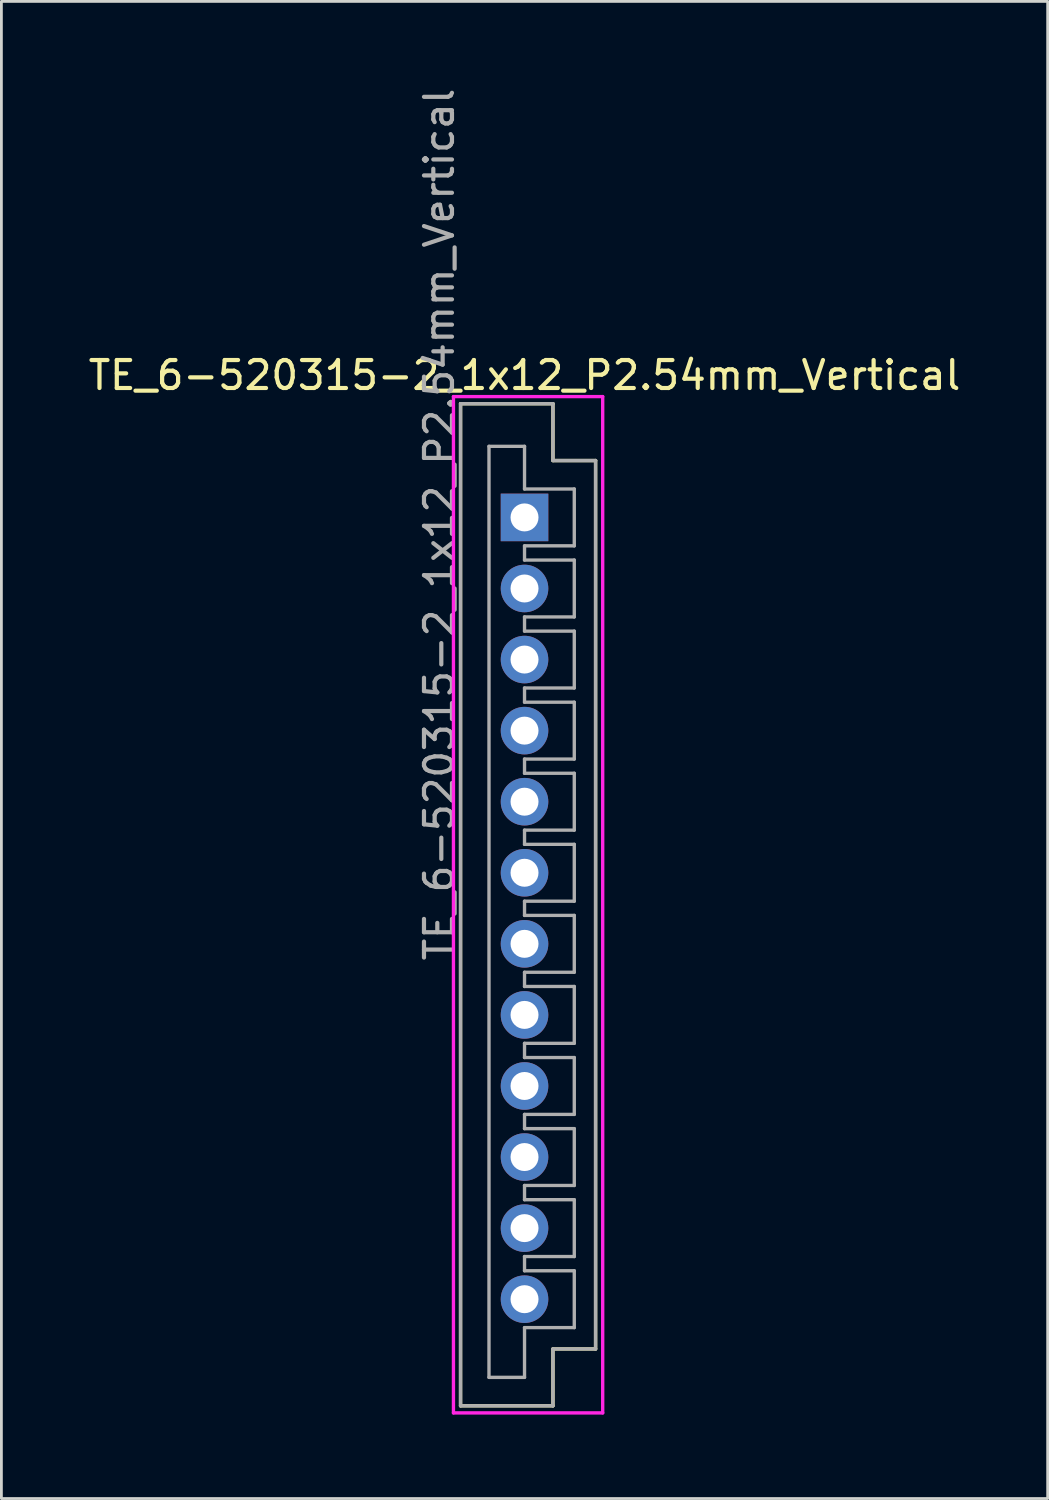
<source format=kicad_pcb>
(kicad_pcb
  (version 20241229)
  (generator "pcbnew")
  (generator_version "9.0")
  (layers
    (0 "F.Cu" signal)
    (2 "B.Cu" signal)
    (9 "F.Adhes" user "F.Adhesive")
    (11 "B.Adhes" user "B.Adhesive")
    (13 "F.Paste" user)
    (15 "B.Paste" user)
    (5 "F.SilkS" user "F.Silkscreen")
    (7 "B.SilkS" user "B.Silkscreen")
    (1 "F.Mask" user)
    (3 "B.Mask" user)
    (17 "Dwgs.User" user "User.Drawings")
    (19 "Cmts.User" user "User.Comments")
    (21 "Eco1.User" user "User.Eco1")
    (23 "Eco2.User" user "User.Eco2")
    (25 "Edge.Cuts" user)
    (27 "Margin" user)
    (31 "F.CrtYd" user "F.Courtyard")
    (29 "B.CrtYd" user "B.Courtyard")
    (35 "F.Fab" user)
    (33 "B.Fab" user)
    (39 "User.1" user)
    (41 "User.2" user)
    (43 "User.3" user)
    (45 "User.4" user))
  (footprint "TE_6-520315-2_1x12_P2.54mm_Vertical"
    (layer "F.Cu")
    (at 15.696 15.442)
    (property "Reference" "TE_6-520315-2_1x12_P2.54mm_Vertical" (at 0 -5.08 0) (layer "F.SilkS") (effects (font (size 1 1) (thickness 0.15))))
    (attr through_hole)
    (fp_line (start -2.286 -4.064) (end 1.016 -4.064) (stroke (width 0.12) (type solid)) (layer "F.SilkS"))
    (fp_line (start -2.286 31.75) (end -2.286 -4.064) (stroke (width 0.12) (type solid)) (layer "F.SilkS"))
    (fp_line (start 1.016 -4.064) (end 1.016 -2.032) (stroke (width 0.12) (type solid)) (layer "F.SilkS"))
    (fp_line (start 1.016 -2.032) (end 2.54 -2.032) (stroke (width 0.12) (type solid)) (layer "F.SilkS"))
    (fp_line (start 1.016 29.718) (end 1.016 31.75) (stroke (width 0.12) (type solid)) (layer "F.SilkS"))
    (fp_line (start 1.016 31.75) (end -2.286 31.75) (stroke (width 0.12) (type solid)) (layer "F.SilkS"))
    (fp_line (start 2.54 -2.032) (end 2.54 29.718) (stroke (width 0.12) (type solid)) (layer "F.SilkS"))
    (fp_line (start 2.54 29.718) (end 1.016 29.718) (stroke (width 0.12) (type solid)) (layer "F.SilkS"))
    (fp_line (start -2.54 -4.318) (end 2.794 -4.318) (stroke (width 0.12) (type solid)) (layer "F.CrtYd"))
    (fp_line (start -2.54 32.004) (end -2.54 -4.318) (stroke (width 0.12) (type solid)) (layer "F.CrtYd"))
    (fp_line (start 2.794 -4.318) (end 2.794 32.004) (stroke (width 0.12) (type solid)) (layer "F.CrtYd"))
    (fp_line (start 2.794 32.004) (end -2.54 32.004) (stroke (width 0.12) (type solid)) (layer "F.CrtYd"))
    (fp_line (start -2.286 -4.064) (end 1.016 -4.064) (stroke (width 0.12) (type solid)) (layer "F.Fab"))
    (fp_line (start -2.286 31.75) (end -2.286 -4.064) (stroke (width 0.12) (type solid)) (layer "F.Fab"))
    (fp_line (start -1.27 -2.54) (end 0 -2.54) (stroke (width 0.12) (type solid)) (layer "F.Fab"))
    (fp_line (start -1.27 30.734) (end -1.27 -2.54) (stroke (width 0.12) (type solid)) (layer "F.Fab"))
    (fp_line (start 0 -1.016) (end 0 -2.54) (stroke (width 0.12) (type solid)) (layer "F.Fab"))
    (fp_line (start 0 -1.016) (end 1.778 -1.016) (stroke (width 0.12) (type solid)) (layer "F.Fab"))
    (fp_line (start 0 1.016) (end 0 1.524) (stroke (width 0.12) (type solid)) (layer "F.Fab"))
    (fp_line (start 0 1.524) (end 1.778 1.524) (stroke (width 0.12) (type solid)) (layer "F.Fab"))
    (fp_line (start 0 3.556) (end 0 4.064) (stroke (width 0.12) (type solid)) (layer "F.Fab"))
    (fp_line (start 0 4.064) (end 1.778 4.064) (stroke (width 0.12) (type solid)) (layer "F.Fab"))
    (fp_line (start 0 6.096) (end 0 6.604) (stroke (width 0.12) (type solid)) (layer "F.Fab"))
    (fp_line (start 0 6.604) (end 1.778 6.604) (stroke (width 0.12) (type solid)) (layer "F.Fab"))
    (fp_line (start 0 8.636) (end 0 9.144) (stroke (width 0.12) (type solid)) (layer "F.Fab"))
    (fp_line (start 0 9.144) (end 1.778 9.144) (stroke (width 0.12) (type solid)) (layer "F.Fab"))
    (fp_line (start 0 11.176) (end 0 11.684) (stroke (width 0.12) (type solid)) (layer "F.Fab"))
    (fp_line (start 0 11.684) (end 1.778 11.684) (stroke (width 0.12) (type solid)) (layer "F.Fab"))
    (fp_line (start 0 13.716) (end 0 14.224) (stroke (width 0.12) (type solid)) (layer "F.Fab"))
    (fp_line (start 0 14.224) (end 1.778 14.224) (stroke (width 0.12) (type solid)) (layer "F.Fab"))
    (fp_line (start 0 16.256) (end 0 16.764) (stroke (width 0.12) (type solid)) (layer "F.Fab"))
    (fp_line (start 0 16.764) (end 1.778 16.764) (stroke (width 0.12) (type solid)) (layer "F.Fab"))
    (fp_line (start 0 18.796) (end 0 19.304) (stroke (width 0.12) (type solid)) (layer "F.Fab"))
    (fp_line (start 0 19.304) (end 1.778 19.304) (stroke (width 0.12) (type solid)) (layer "F.Fab"))
    (fp_line (start 0 21.336) (end 0 21.844) (stroke (width 0.12) (type solid)) (layer "F.Fab"))
    (fp_line (start 0 21.844) (end 1.778 21.844) (stroke (width 0.12) (type solid)) (layer "F.Fab"))
    (fp_line (start 0 23.876) (end 0 24.384) (stroke (width 0.12) (type solid)) (layer "F.Fab"))
    (fp_line (start 0 24.384) (end 1.778 24.384) (stroke (width 0.12) (type solid)) (layer "F.Fab"))
    (fp_line (start 0 26.416) (end 0 26.924) (stroke (width 0.12) (type solid)) (layer "F.Fab"))
    (fp_line (start 0 26.924) (end 1.778 26.924) (stroke (width 0.12) (type solid)) (layer "F.Fab"))
    (fp_line (start 0 30.734) (end -1.27 30.734) (stroke (width 0.12) (type solid)) (layer "F.Fab"))
    (fp_line (start 0 30.734) (end 0 28.956) (stroke (width 0.12) (type solid)) (layer "F.Fab"))
    (fp_line (start 1.016 -4.064) (end 1.016 -2.032) (stroke (width 0.12) (type solid)) (layer "F.Fab"))
    (fp_line (start 1.016 -2.032) (end 2.54 -2.032) (stroke (width 0.12) (type solid)) (layer "F.Fab"))
    (fp_line (start 1.016 29.718) (end 1.016 31.75) (stroke (width 0.12) (type solid)) (layer "F.Fab"))
    (fp_line (start 1.016 31.75) (end -2.286 31.75) (stroke (width 0.12) (type solid)) (layer "F.Fab"))
    (fp_line (start 1.778 -1.016) (end 1.778 1.016) (stroke (width 0.12) (type solid)) (layer "F.Fab"))
    (fp_line (start 1.778 1.016) (end 0 1.016) (stroke (width 0.12) (type solid)) (layer "F.Fab"))
    (fp_line (start 1.778 1.524) (end 1.778 3.556) (stroke (width 0.12) (type solid)) (layer "F.Fab"))
    (fp_line (start 1.778 3.556) (end 0 3.556) (stroke (width 0.12) (type solid)) (layer "F.Fab"))
    (fp_line (start 1.778 4.064) (end 1.778 6.096) (stroke (width 0.12) (type solid)) (layer "F.Fab"))
    (fp_line (start 1.778 6.096) (end 0 6.096) (stroke (width 0.12) (type solid)) (layer "F.Fab"))
    (fp_line (start 1.778 6.604) (end 1.778 8.636) (stroke (width 0.12) (type solid)) (layer "F.Fab"))
    (fp_line (start 1.778 8.636) (end 0 8.636) (stroke (width 0.12) (type solid)) (layer "F.Fab"))
    (fp_line (start 1.778 9.144) (end 1.778 11.176) (stroke (width 0.12) (type solid)) (layer "F.Fab"))
    (fp_line (start 1.778 11.176) (end 0 11.176) (stroke (width 0.12) (type solid)) (layer "F.Fab"))
    (fp_line (start 1.778 11.684) (end 1.778 13.716) (stroke (width 0.12) (type solid)) (layer "F.Fab"))
    (fp_line (start 1.778 13.716) (end 0 13.716) (stroke (width 0.12) (type solid)) (layer "F.Fab"))
    (fp_line (start 1.778 14.224) (end 1.778 16.256) (stroke (width 0.12) (type solid)) (layer "F.Fab"))
    (fp_line (start 1.778 16.256) (end 0 16.256) (stroke (width 0.12) (type solid)) (layer "F.Fab"))
    (fp_line (start 1.778 16.764) (end 1.778 18.796) (stroke (width 0.12) (type solid)) (layer "F.Fab"))
    (fp_line (start 1.778 18.796) (end 0 18.796) (stroke (width 0.12) (type solid)) (layer "F.Fab"))
    (fp_line (start 1.778 19.304) (end 1.778 21.336) (stroke (width 0.12) (type solid)) (layer "F.Fab"))
    (fp_line (start 1.778 21.336) (end 0 21.336) (stroke (width 0.12) (type solid)) (layer "F.Fab"))
    (fp_line (start 1.778 21.844) (end 1.778 23.876) (stroke (width 0.12) (type solid)) (layer "F.Fab"))
    (fp_line (start 1.778 23.876) (end 0 23.876) (stroke (width 0.12) (type solid)) (layer "F.Fab"))
    (fp_line (start 1.778 24.384) (end 1.778 26.416) (stroke (width 0.12) (type solid)) (layer "F.Fab"))
    (fp_line (start 1.778 26.416) (end 0 26.416) (stroke (width 0.12) (type solid)) (layer "F.Fab"))
    (fp_line (start 1.778 26.924) (end 1.778 28.956) (stroke (width 0.12) (type solid)) (layer "F.Fab"))
    (fp_line (start 1.778 28.956) (end 0 28.956) (stroke (width 0.12) (type solid)) (layer "F.Fab"))
    (fp_line (start 2.54 29.718) (end 1.016 29.718) (stroke (width 0.12) (type solid)) (layer "F.Fab"))
    (fp_line (start 2.54 29.718) (end 2.54 -2.032) (stroke (width 0.12) (type solid)) (layer "F.Fab"))
    (fp_text user "${REFERENCE}" (at -3.048 0.254 90) (layer "F.Fab") (effects (font (size 1 1) (thickness 0.15))))
    (pad "1" thru_hole rect (at 0 0) (size 1.7 1.7) (drill 1) (layers "*.Cu" "*.Mask"))
    (pad "2" thru_hole oval (at 0 2.54) (size 1.7 1.7) (drill 1) (layers "*.Cu" "*.Mask"))
    (pad "3" thru_hole oval (at 0 5.08) (size 1.7 1.7) (drill 1) (layers "*.Cu" "*.Mask"))
    (pad "4" thru_hole oval (at 0 7.62) (size 1.7 1.7) (drill 1) (layers "*.Cu" "*.Mask"))
    (pad "5" thru_hole oval (at 0 10.16 90) (size 1.7 1.7) (drill 1) (layers "*.Cu" "*.Mask"))
    (pad "6" thru_hole oval (at 0 12.7) (size 1.7 1.7) (drill 1) (layers "*.Cu" "*.Mask"))
    (pad "7" thru_hole oval (at 0 15.24) (size 1.7 1.7) (drill 1) (layers "*.Cu" "*.Mask"))
    (pad "8" thru_hole oval (at 0 17.78) (size 1.7 1.7) (drill 1) (layers "*.Cu" "*.Mask"))
    (pad "9" thru_hole oval (at 0 20.32 90) (size 1.7 1.7) (drill 1) (layers "*.Cu" "*.Mask"))
    (pad "10" thru_hole oval (at 0 22.86) (size 1.7 1.7) (drill 1) (layers "*.Cu" "*.Mask"))
    (pad "11" thru_hole oval (at 0 25.4) (size 1.7 1.7) (drill 1) (layers "*.Cu" "*.Mask"))
    (pad "12" thru_hole oval (at 0 27.94) (size 1.7 1.7) (drill 1) (layers "*.Cu" "*.Mask")))
  (gr_rect
    (start -3 -3)
    (end 34.393 50.506)
    (stroke (width 0.1) (type default))
    (fill no)
    (layer "Edge.Cuts")))
</source>
